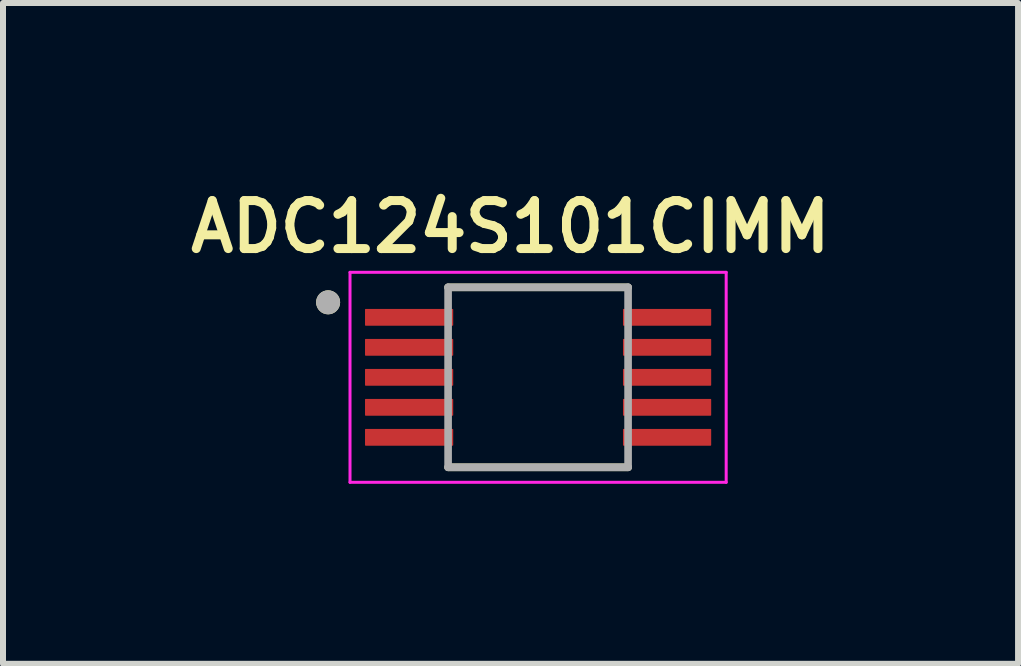
<source format=kicad_pcb>
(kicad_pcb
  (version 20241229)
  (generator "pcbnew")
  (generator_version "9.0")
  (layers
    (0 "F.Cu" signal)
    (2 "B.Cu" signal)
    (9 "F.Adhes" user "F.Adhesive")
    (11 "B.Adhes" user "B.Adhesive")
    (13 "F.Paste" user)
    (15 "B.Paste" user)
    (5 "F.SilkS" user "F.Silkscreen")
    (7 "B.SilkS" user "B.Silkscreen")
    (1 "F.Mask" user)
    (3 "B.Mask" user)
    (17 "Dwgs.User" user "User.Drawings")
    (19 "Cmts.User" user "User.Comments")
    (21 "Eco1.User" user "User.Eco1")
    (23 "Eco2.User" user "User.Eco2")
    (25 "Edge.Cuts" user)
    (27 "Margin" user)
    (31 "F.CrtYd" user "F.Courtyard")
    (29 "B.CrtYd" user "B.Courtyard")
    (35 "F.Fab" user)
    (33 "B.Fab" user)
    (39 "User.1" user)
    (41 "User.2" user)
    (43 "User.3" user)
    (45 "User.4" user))
  (footprint "ADC124S101CIMM"
    (layer "F.Cu")
    (at 5.919 3.239)
    (property "Reference" "ADC124S101CIMM" (at -0.46 -2.508 0) (layer "F.SilkS") (effects (font (size 0.8 0.8) (thickness 0.15))))
    (attr through_hole)
    (fp_line (start -1.5 -1.5) (end 1.5 -1.5) (stroke (width 0.127) (type solid)) (layer "F.SilkS"))
    (fp_line (start -1.5 1.5) (end 1.5 1.5) (stroke (width 0.127) (type solid)) (layer "F.SilkS"))
    (fp_circle (center -3.5 -1.25) (end -3.4 -1.25) (stroke (width 0.2) (type solid)) (fill no) (layer "F.SilkS"))
    (fp_line (start -3.135 -1.75) (end -3.135 1.75) (stroke (width 0.05) (type solid)) (layer "F.CrtYd"))
    (fp_line (start -3.135 -1.75) (end 3.135 -1.75) (stroke (width 0.05) (type solid)) (layer "F.CrtYd"))
    (fp_line (start -3.135 1.75) (end 3.135 1.75) (stroke (width 0.05) (type solid)) (layer "F.CrtYd"))
    (fp_line (start 3.135 -1.75) (end 3.135 1.75) (stroke (width 0.05) (type solid)) (layer "F.CrtYd"))
    (fp_line (start -1.5 -1.5) (end -1.5 1.5) (stroke (width 0.127) (type solid)) (layer "F.Fab"))
    (fp_line (start -1.5 -1.5) (end 1.5 -1.5) (stroke (width 0.127) (type solid)) (layer "F.Fab"))
    (fp_line (start -1.5 1.5) (end 1.5 1.5) (stroke (width 0.127) (type solid)) (layer "F.Fab"))
    (fp_line (start 1.5 -1.5) (end 1.5 1.5) (stroke (width 0.127) (type solid)) (layer "F.Fab"))
    (fp_circle (center -3.5 -1.25) (end -3.4 -1.25) (stroke (width 0.2) (type solid)) (fill no) (layer "F.Fab"))
    (pad "1" smd roundrect (at -2.15 -1) (size 1.47 0.28) (layers "F.Cu" "F.Mask" "F.Paste") (roundrect_rratio 0.04))
    (pad "2" smd roundrect (at -2.15 -0.5) (size 1.47 0.28) (layers "F.Cu" "F.Mask" "F.Paste") (roundrect_rratio 0.04))
    (pad "3" smd roundrect (at -2.15 0) (size 1.47 0.28) (layers "F.Cu" "F.Mask" "F.Paste") (roundrect_rratio 0.04))
    (pad "4" smd roundrect (at -2.15 0.5) (size 1.47 0.28) (layers "F.Cu" "F.Mask" "F.Paste") (roundrect_rratio 0.04))
    (pad "5" smd roundrect (at -2.15 1) (size 1.47 0.28) (layers "F.Cu" "F.Mask" "F.Paste") (roundrect_rratio 0.04))
    (pad "6" smd roundrect (at 2.15 1) (size 1.47 0.28) (layers "F.Cu" "F.Mask" "F.Paste") (roundrect_rratio 0.04))
    (pad "7" smd roundrect (at 2.15 0.5) (size 1.47 0.28) (layers "F.Cu" "F.Mask" "F.Paste") (roundrect_rratio 0.04))
    (pad "8" smd roundrect (at 2.15 0) (size 1.47 0.28) (layers "F.Cu" "F.Mask" "F.Paste") (roundrect_rratio 0.04))
    (pad "9" smd roundrect (at 2.15 -0.5) (size 1.47 0.28) (layers "F.Cu" "F.Mask" "F.Paste") (roundrect_rratio 0.04))
    (pad "10" smd roundrect (at 2.15 -1) (size 1.47 0.28) (layers "F.Cu" "F.Mask" "F.Paste") (roundrect_rratio 0.04)))
  (gr_rect
    (start -3 -3)
    (end 13.919 8.014)
    (stroke (width 0.1) (type default))
    (fill no)
    (layer "Edge.Cuts")))
</source>
